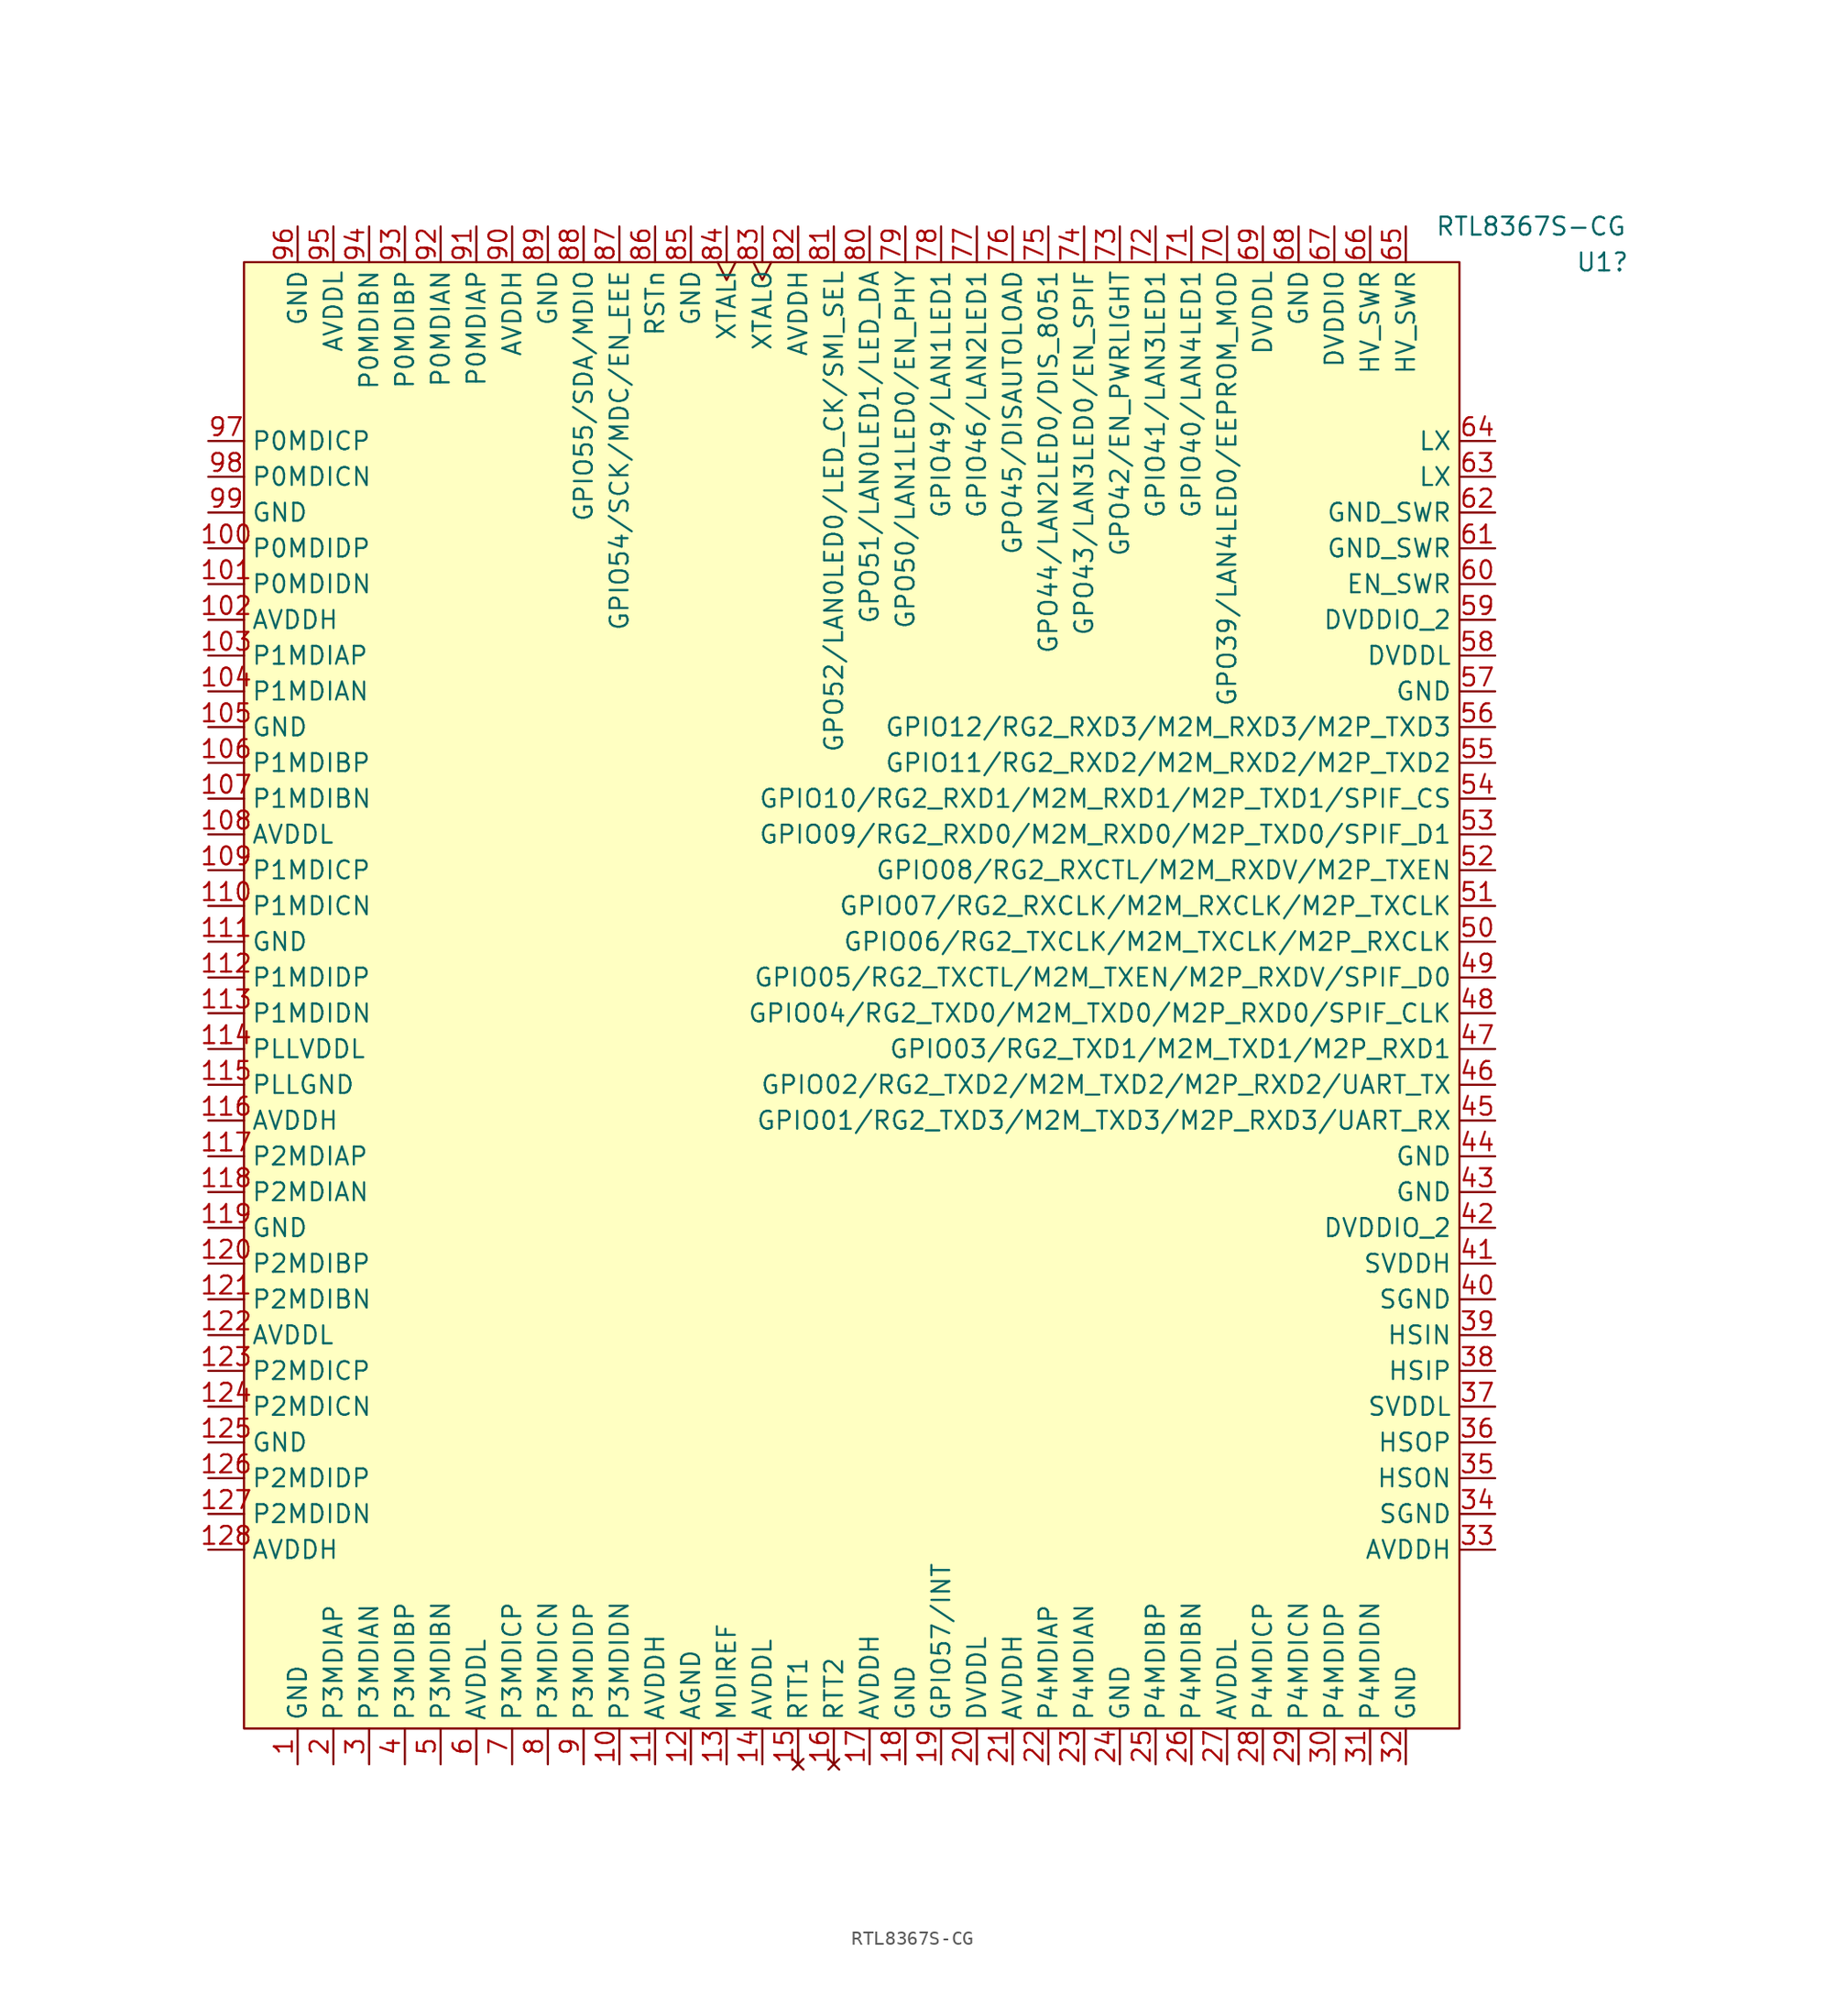
<source format=kicad_sym>
(kicad_symbol_lib
  (version 20220914)
  (generator kicad_symbol_editor)
  (symbol "RTL8367S-CG"
    (property "Reference" "U1"
      (at 110.49 8.89 0)
      (effects (font (size 1.27 1.27))))
    (property "Value" "RTL8367S-CG"
      (at 105.41 11.43 0)
      (effects (font (size 1.27 1.27))))
    (symbol "RTL8367S-CG_0_0"
      (pin power_in line (at 17.78 -97.79 90) (length 2.54) (name "GND" (effects (font (size 1.27 1.27)))) (number "1" (effects (font (size 1.27 1.27)))))
      (pin bidirectional line (at 40.64 -97.79 90) (length 2.54) (name "P3MDIDN" (effects (font (size 1.27 1.27)))) (number "10" (effects (font (size 1.27 1.27)))))
      (pin bidirectional line (at 11.43 -11.43 0) (length 2.54) (name "P0MDIDP" (effects (font (size 1.27 1.27)))) (number "100" (effects (font (size 1.27 1.27)))))
      (pin bidirectional line (at 11.43 -13.97 0) (length 2.54) (name "P0MDIDN" (effects (font (size 1.27 1.27)))) (number "101" (effects (font (size 1.27 1.27)))))
      (pin power_in line (at 11.43 -16.51 0) (length 2.54) (name "AVDDH" (effects (font (size 1.27 1.27)))) (number "102" (effects (font (size 1.27 1.27)))))
      (pin bidirectional line (at 11.43 -19.05 0) (length 2.54) (name "P1MDIAP" (effects (font (size 1.27 1.27)))) (number "103" (effects (font (size 1.27 1.27)))))
      (pin bidirectional line (at 11.43 -21.59 0) (length 2.54) (name "P1MDIAN" (effects (font (size 1.27 1.27)))) (number "104" (effects (font (size 1.27 1.27)))))
      (pin power_in line (at 11.43 -24.13 0) (length 2.54) (name "GND" (effects (font (size 1.27 1.27)))) (number "105" (effects (font (size 1.27 1.27)))))
      (pin bidirectional line (at 11.43 -26.67 0) (length 2.54) (name "P1MDIBP" (effects (font (size 1.27 1.27)))) (number "106" (effects (font (size 1.27 1.27)))))
      (pin bidirectional line (at 11.43 -29.21 0) (length 2.54) (name "P1MDIBN" (effects (font (size 1.27 1.27)))) (number "107" (effects (font (size 1.27 1.27)))))
      (pin power_in line (at 11.43 -31.75 0) (length 2.54) (name "AVDDL" (effects (font (size 1.27 1.27)))) (number "108" (effects (font (size 1.27 1.27)))))
      (pin bidirectional line (at 11.43 -34.29 0) (length 2.54) (name "P1MDICP" (effects (font (size 1.27 1.27)))) (number "109" (effects (font (size 1.27 1.27)))))
      (pin power_in line (at 43.18 -97.79 90) (length 2.54) (name "AVDDH" (effects (font (size 1.27 1.27)))) (number "11" (effects (font (size 1.27 1.27)))))
      (pin bidirectional line (at 11.43 -36.83 0) (length 2.54) (name "P1MDICN" (effects (font (size 1.27 1.27)))) (number "110" (effects (font (size 1.27 1.27)))))
      (pin power_in line (at 11.43 -39.37 0) (length 2.54) (name "GND" (effects (font (size 1.27 1.27)))) (number "111" (effects (font (size 1.27 1.27)))))
      (pin bidirectional line (at 11.43 -41.91 0) (length 2.54) (name "P1MDIDP" (effects (font (size 1.27 1.27)))) (number "112" (effects (font (size 1.27 1.27)))))
      (pin bidirectional line (at 11.43 -44.45 0) (length 2.54) (name "P1MDIDN" (effects (font (size 1.27 1.27)))) (number "113" (effects (font (size 1.27 1.27)))))
      (pin power_in line (at 11.43 -46.99 0) (length 2.54) (name "PLLVDDL" (effects (font (size 1.27 1.27)))) (number "114" (effects (font (size 1.27 1.27)))))
      (pin power_in line (at 11.43 -49.53 0) (length 2.54) (name "PLLGND" (effects (font (size 1.27 1.27)))) (number "115" (effects (font (size 1.27 1.27)))))
      (pin power_in line (at 11.43 -52.07 0) (length 2.54) (name "AVDDH" (effects (font (size 1.27 1.27)))) (number "116" (effects (font (size 1.27 1.27)))))
      (pin bidirectional line (at 11.43 -54.61 0) (length 2.54) (name "P2MDIAP" (effects (font (size 1.27 1.27)))) (number "117" (effects (font (size 1.27 1.27)))))
      (pin bidirectional line (at 11.43 -57.15 0) (length 2.54) (name "P2MDIAN" (effects (font (size 1.27 1.27)))) (number "118" (effects (font (size 1.27 1.27)))))
      (pin power_in line (at 11.43 -59.69 0) (length 2.54) (name "GND" (effects (font (size 1.27 1.27)))) (number "119" (effects (font (size 1.27 1.27)))))
      (pin power_in line (at 45.72 -97.79 90) (length 2.54) (name "AGND" (effects (font (size 1.27 1.27)))) (number "12" (effects (font (size 1.27 1.27)))))
      (pin bidirectional line (at 11.43 -62.23 0) (length 2.54) (name "P2MDIBP" (effects (font (size 1.27 1.27)))) (number "120" (effects (font (size 1.27 1.27)))))
      (pin bidirectional line (at 11.43 -64.77 0) (length 2.54) (name "P2MDIBN" (effects (font (size 1.27 1.27)))) (number "121" (effects (font (size 1.27 1.27)))))
      (pin power_in line (at 11.43 -67.31 0) (length 2.54) (name "AVDDL" (effects (font (size 1.27 1.27)))) (number "122" (effects (font (size 1.27 1.27)))))
      (pin bidirectional line (at 11.43 -69.85 0) (length 2.54) (name "P2MDICP" (effects (font (size 1.27 1.27)))) (number "123" (effects (font (size 1.27 1.27)))))
      (pin bidirectional line (at 11.43 -72.39 0) (length 2.54) (name "P2MDICN" (effects (font (size 1.27 1.27)))) (number "124" (effects (font (size 1.27 1.27)))))
      (pin power_in line (at 11.43 -74.93 0) (length 2.54) (name "GND" (effects (font (size 1.27 1.27)))) (number "125" (effects (font (size 1.27 1.27)))))
      (pin bidirectional line (at 11.43 -77.47 0) (length 2.54) (name "P2MDIDP" (effects (font (size 1.27 1.27)))) (number "126" (effects (font (size 1.27 1.27)))))
      (pin bidirectional line (at 11.43 -80.01 0) (length 2.54) (name "P2MDIDN" (effects (font (size 1.27 1.27)))) (number "127" (effects (font (size 1.27 1.27)))))
      (pin power_in line (at 11.43 -82.55 0) (length 2.54) (name "AVDDH" (effects (font (size 1.27 1.27)))) (number "128" (effects (font (size 1.27 1.27)))))
      (pin output line (at 48.26 -97.79 90) (length 2.54) (name "MDIREF" (effects (font (size 1.27 1.27)))) (number "13" (effects (font (size 1.27 1.27)))))
      (pin power_in line (at 50.8 -97.79 90) (length 2.54) (name "AVDDL" (effects (font (size 1.27 1.27)))) (number "14" (effects (font (size 1.27 1.27)))))
      (pin no_connect line (at 53.34 -97.79 90) (length 2.54) (name "RTT1" (effects (font (size 1.27 1.27)))) (number "15" (effects (font (size 1.27 1.27)))))
      (pin no_connect line (at 55.88 -97.79 90) (length 2.54) (name "RTT2" (effects (font (size 1.27 1.27)))) (number "16" (effects (font (size 1.27 1.27)))))
      (pin power_in line (at 58.42 -97.79 90) (length 2.54) (name "AVDDH" (effects (font (size 1.27 1.27)))) (number "17" (effects (font (size 1.27 1.27)))))
      (pin power_in line (at 60.96 -97.79 90) (length 2.54) (name "GND" (effects (font (size 1.27 1.27)))) (number "18" (effects (font (size 1.27 1.27)))))
      (pin bidirectional line (at 63.5 -97.79 90) (length 2.54) (name "GPIO57/INT" (effects (font (size 1.27 1.27)))) (number "19" (effects (font (size 1.27 1.27)))))
      (pin bidirectional line (at 20.32 -97.79 90) (length 2.54) (name "P3MDIAP" (effects (font (size 1.27 1.27)))) (number "2" (effects (font (size 1.27 1.27)))))
      (pin power_in line (at 66.04 -97.79 90) (length 2.54) (name "DVDDL" (effects (font (size 1.27 1.27)))) (number "20" (effects (font (size 1.27 1.27)))))
      (pin power_in line (at 68.58 -97.79 90) (length 2.54) (name "AVDDH" (effects (font (size 1.27 1.27)))) (number "21" (effects (font (size 1.27 1.27)))))
      (pin bidirectional line (at 71.12 -97.79 90) (length 2.54) (name "P4MDIAP" (effects (font (size 1.27 1.27)))) (number "22" (effects (font (size 1.27 1.27)))))
      (pin bidirectional line (at 73.66 -97.79 90) (length 2.54) (name "P4MDIAN" (effects (font (size 1.27 1.27)))) (number "23" (effects (font (size 1.27 1.27)))))
      (pin power_in line (at 76.2 -97.79 90) (length 2.54) (name "GND" (effects (font (size 1.27 1.27)))) (number "24" (effects (font (size 1.27 1.27)))))
      (pin bidirectional line (at 78.74 -97.79 90) (length 2.54) (name "P4MDIBP" (effects (font (size 1.27 1.27)))) (number "25" (effects (font (size 1.27 1.27)))))
      (pin bidirectional line (at 81.28 -97.79 90) (length 2.54) (name "P4MDIBN" (effects (font (size 1.27 1.27)))) (number "26" (effects (font (size 1.27 1.27)))))
      (pin power_in line (at 83.82 -97.79 90) (length 2.54) (name "AVDDL" (effects (font (size 1.27 1.27)))) (number "27" (effects (font (size 1.27 1.27)))))
      (pin bidirectional line (at 86.36 -97.79 90) (length 2.54) (name "P4MDICP" (effects (font (size 1.27 1.27)))) (number "28" (effects (font (size 1.27 1.27)))))
      (pin bidirectional line (at 88.9 -97.79 90) (length 2.54) (name "P4MDICN" (effects (font (size 1.27 1.27)))) (number "29" (effects (font (size 1.27 1.27)))))
      (pin bidirectional line (at 22.86 -97.79 90) (length 2.54) (name "P3MDIAN" (effects (font (size 1.27 1.27)))) (number "3" (effects (font (size 1.27 1.27)))))
      (pin bidirectional line (at 91.44 -97.79 90) (length 2.54) (name "P4MDIDP" (effects (font (size 1.27 1.27)))) (number "30" (effects (font (size 1.27 1.27)))))
      (pin bidirectional line (at 93.98 -97.79 90) (length 2.54) (name "P4MDIDN" (effects (font (size 1.27 1.27)))) (number "31" (effects (font (size 1.27 1.27)))))
      (pin power_in line (at 96.52 -97.79 90) (length 2.54) (name "GND" (effects (font (size 1.27 1.27)))) (number "32" (effects (font (size 1.27 1.27)))))
      (pin power_in line (at 102.87 -82.55 180) (length 2.54) (name "AVDDH" (effects (font (size 1.27 1.27)))) (number "33" (effects (font (size 1.27 1.27)))))
      (pin power_in line (at 102.87 -80.01 180) (length 2.54) (name "SGND" (effects (font (size 1.27 1.27)))) (number "34" (effects (font (size 1.27 1.27)))))
      (pin output line (at 102.87 -77.47 180) (length 2.54) (name "HSON" (effects (font (size 1.27 1.27)))) (number "35" (effects (font (size 1.27 1.27)))))
      (pin output line (at 102.87 -74.93 180) (length 2.54) (name "HSOP" (effects (font (size 1.27 1.27)))) (number "36" (effects (font (size 1.27 1.27)))))
      (pin power_in line (at 102.87 -72.39 180) (length 2.54) (name "SVDDL" (effects (font (size 1.27 1.27)))) (number "37" (effects (font (size 1.27 1.27)))))
      (pin input line (at 102.87 -69.85 180) (length 2.54) (name "HSIP" (effects (font (size 1.27 1.27)))) (number "38" (effects (font (size 1.27 1.27)))))
      (pin input line (at 102.87 -67.31 180) (length 2.54) (name "HSIN" (effects (font (size 1.27 1.27)))) (number "39" (effects (font (size 1.27 1.27)))))
      (pin bidirectional line (at 25.4 -97.79 90) (length 2.54) (name "P3MDIBP" (effects (font (size 1.27 1.27)))) (number "4" (effects (font (size 1.27 1.27)))))
      (pin power_in line (at 102.87 -64.77 180) (length 2.54) (name "SGND" (effects (font (size 1.27 1.27)))) (number "40" (effects (font (size 1.27 1.27)))))
      (pin power_in line (at 102.87 -62.23 180) (length 2.54) (name "SVDDH" (effects (font (size 1.27 1.27)))) (number "41" (effects (font (size 1.27 1.27)))))
      (pin power_in line (at 102.87 -59.69 180) (length 2.54) (name "DVDDIO_2" (effects (font (size 1.27 1.27)))) (number "42" (effects (font (size 1.27 1.27)))))
      (pin power_in line (at 102.87 -57.15 180) (length 2.54) (name "GND" (effects (font (size 1.27 1.27)))) (number "43" (effects (font (size 1.27 1.27)))))
      (pin power_in line (at 102.87 -54.61 180) (length 2.54) (name "GND" (effects (font (size 1.27 1.27)))) (number "44" (effects (font (size 1.27 1.27)))))
      (pin bidirectional line (at 102.87 -52.07 180) (length 2.54) (name "GPIO01/RG2_TXD3/M2M_TXD3/M2P_RXD3/UART_RX" (effects (font (size 1.27 1.27)))) (number "45" (effects (font (size 1.27 1.27)))))
      (pin bidirectional line (at 102.87 -49.53 180) (length 2.54) (name "GPIO02/RG2_TXD2/M2M_TXD2/M2P_RXD2/UART_TX" (effects (font (size 1.27 1.27)))) (number "46" (effects (font (size 1.27 1.27)))))
      (pin bidirectional line (at 102.87 -46.99 180) (length 2.54) (name "GPIO03/RG2_TXD1/M2M_TXD1/M2P_RXD1" (effects (font (size 1.27 1.27)))) (number "47" (effects (font (size 1.27 1.27)))))
      (pin bidirectional line (at 102.87 -44.45 180) (length 2.54) (name "GPIO04/RG2_TXD0/M2M_TXD0/M2P_RXD0/SPIF_CLK" (effects (font (size 1.27 1.27)))) (number "48" (effects (font (size 1.27 1.27)))))
      (pin bidirectional line (at 102.87 -41.91 180) (length 2.54) (name "GPIO05/RG2_TXCTL/M2M_TXEN/M2P_RXDV/SPIF_D0" (effects (font (size 1.27 1.27)))) (number "49" (effects (font (size 1.27 1.27)))))
      (pin bidirectional line (at 27.94 -97.79 90) (length 2.54) (name "P3MDIBN" (effects (font (size 1.27 1.27)))) (number "5" (effects (font (size 1.27 1.27)))))
      (pin bidirectional line (at 102.87 -39.37 180) (length 2.54) (name "GPIO06/RG2_TXCLK/M2M_TXCLK/M2P_RXCLK" (effects (font (size 1.27 1.27)))) (number "50" (effects (font (size 1.27 1.27)))))
      (pin bidirectional line (at 102.87 -36.83 180) (length 2.54) (name "GPIO07/RG2_RXCLK/M2M_RXCLK/M2P_TXCLK" (effects (font (size 1.27 1.27)))) (number "51" (effects (font (size 1.27 1.27)))))
      (pin bidirectional line (at 102.87 -34.29 180) (length 2.54) (name "GPIO08/RG2_RXCTL/M2M_RXDV/M2P_TXEN" (effects (font (size 1.27 1.27)))) (number "52" (effects (font (size 1.27 1.27)))))
      (pin bidirectional line (at 102.87 -31.75 180) (length 2.54) (name "GPIO09/RG2_RXD0/M2M_RXD0/M2P_TXD0/SPIF_D1" (effects (font (size 1.27 1.27)))) (number "53" (effects (font (size 1.27 1.27)))))
      (pin bidirectional line (at 102.87 -29.21 180) (length 2.54) (name "GPIO10/RG2_RXD1/M2M_RXD1/M2P_TXD1/SPIF_CS" (effects (font (size 1.27 1.27)))) (number "54" (effects (font (size 1.27 1.27)))))
      (pin bidirectional line (at 102.87 -26.67 180) (length 2.54) (name "GPIO11/RG2_RXD2/M2M_RXD2/M2P_TXD2" (effects (font (size 1.27 1.27)))) (number "55" (effects (font (size 1.27 1.27)))))
      (pin bidirectional line (at 102.87 -24.13 180) (length 2.54) (name "GPIO12/RG2_RXD3/M2M_RXD3/M2P_TXD3" (effects (font (size 1.27 1.27)))) (number "56" (effects (font (size 1.27 1.27)))))
      (pin power_in line (at 102.87 -21.59 180) (length 2.54) (name "GND" (effects (font (size 1.27 1.27)))) (number "57" (effects (font (size 1.27 1.27)))))
      (pin power_in line (at 102.87 -19.05 180) (length 2.54) (name "DVDDL" (effects (font (size 1.27 1.27)))) (number "58" (effects (font (size 1.27 1.27)))))
      (pin power_in line (at 102.87 -16.51 180) (length 2.54) (name "DVDDIO_2" (effects (font (size 1.27 1.27)))) (number "59" (effects (font (size 1.27 1.27)))))
      (pin power_in line (at 30.48 -97.79 90) (length 2.54) (name "AVDDL" (effects (font (size 1.27 1.27)))) (number "6" (effects (font (size 1.27 1.27)))))
      (pin input line (at 102.87 -13.97 180) (length 2.54) (name "EN_SWR" (effects (font (size 1.27 1.27)))) (number "60" (effects (font (size 1.27 1.27)))))
      (pin power_in line (at 102.87 -11.43 180) (length 2.54) (name "GND_SWR" (effects (font (size 1.27 1.27)))) (number "61" (effects (font (size 1.27 1.27)))))
      (pin power_in line (at 102.87 -8.89 180) (length 2.54) (name "GND_SWR" (effects (font (size 1.27 1.27)))) (number "62" (effects (font (size 1.27 1.27)))))
      (pin power_out line (at 102.87 -6.35 180) (length 2.54) (name "LX" (effects (font (size 1.27 1.27)))) (number "63" (effects (font (size 1.27 1.27)))))
      (pin power_out line (at 102.87 -3.81 180) (length 2.54) (name "LX" (effects (font (size 1.27 1.27)))) (number "64" (effects (font (size 1.27 1.27)))))
      (pin power_in line (at 96.52 11.43 270) (length 2.54) (name "HV_SWR" (effects (font (size 1.27 1.27)))) (number "65" (effects (font (size 1.27 1.27)))))
      (pin power_in line (at 93.98 11.43 270) (length 2.54) (name "HV_SWR" (effects (font (size 1.27 1.27)))) (number "66" (effects (font (size 1.27 1.27)))))
      (pin power_in line (at 91.44 11.43 270) (length 2.54) (name "DVDDIO" (effects (font (size 1.27 1.27)))) (number "67" (effects (font (size 1.27 1.27)))))
      (pin power_in line (at 88.9 11.43 270) (length 2.54) (name "GND" (effects (font (size 1.27 1.27)))) (number "68" (effects (font (size 1.27 1.27)))))
      (pin power_in line (at 86.36 11.43 270) (length 2.54) (name "DVDDL" (effects (font (size 1.27 1.27)))) (number "69" (effects (font (size 1.27 1.27)))))
      (pin bidirectional line (at 33.02 -97.79 90) (length 2.54) (name "P3MDICP" (effects (font (size 1.27 1.27)))) (number "7" (effects (font (size 1.27 1.27)))))
      (pin bidirectional line (at 83.82 11.43 270) (length 2.54) (name "GPO39/LAN4LED0/EEPROM_MOD" (effects (font (size 1.27 1.27)))) (number "70" (effects (font (size 1.27 1.27)))))
      (pin bidirectional line (at 81.28 11.43 270) (length 2.54) (name "GPIO40/LAN4LED1" (effects (font (size 1.27 1.27)))) (number "71" (effects (font (size 1.27 1.27)))))
      (pin bidirectional line (at 78.74 11.43 270) (length 2.54) (name "GPIO41/LAN3LED1" (effects (font (size 1.27 1.27)))) (number "72" (effects (font (size 1.27 1.27)))))
      (pin bidirectional line (at 76.2 11.43 270) (length 2.54) (name "GPO42/EN_PWRLIGHT" (effects (font (size 1.27 1.27)))) (number "73" (effects (font (size 1.27 1.27)))))
      (pin bidirectional line (at 73.66 11.43 270) (length 2.54) (name "GPO43/LAN3LED0/EN_SPIF" (effects (font (size 1.27 1.27)))) (number "74" (effects (font (size 1.27 1.27)))))
      (pin bidirectional line (at 71.12 11.43 270) (length 2.54) (name "GPO44/LAN2LED0/DIS_8051" (effects (font (size 1.27 1.27)))) (number "75" (effects (font (size 1.27 1.27)))))
      (pin bidirectional line (at 68.58 11.43 270) (length 2.54) (name "GPO45/DISAUTOLOAD" (effects (font (size 1.27 1.27)))) (number "76" (effects (font (size 1.27 1.27)))))
      (pin bidirectional line (at 66.04 11.43 270) (length 2.54) (name "GPIO46/LAN2LED1" (effects (font (size 1.27 1.27)))) (number "77" (effects (font (size 1.27 1.27)))))
      (pin bidirectional line (at 63.5 11.43 270) (length 2.54) (name "GPIO49/LAN1LED1" (effects (font (size 1.27 1.27)))) (number "78" (effects (font (size 1.27 1.27)))))
      (pin bidirectional line (at 60.96 11.43 270) (length 2.54) (name "GPO50/LAN1LED0/EN_PHY" (effects (font (size 1.27 1.27)))) (number "79" (effects (font (size 1.27 1.27)))))
      (pin bidirectional line (at 35.56 -97.79 90) (length 2.54) (name "P3MDICN" (effects (font (size 1.27 1.27)))) (number "8" (effects (font (size 1.27 1.27)))))
      (pin bidirectional line (at 58.42 11.43 270) (length 2.54) (name "GPO51/LAN0LED1/LED_DA" (effects (font (size 1.27 1.27)))) (number "80" (effects (font (size 1.27 1.27)))))
      (pin bidirectional line (at 55.88 11.43 270) (length 2.54) (name "GPO52/LAN0LED0/LED_CK/SMI_SEL" (effects (font (size 1.27 1.27)))) (number "81" (effects (font (size 1.27 1.27)))))
      (pin power_in line (at 53.34 11.43 270) (length 2.54) (name "AVDDH" (effects (font (size 1.27 1.27)))) (number "82" (effects (font (size 1.27 1.27)))))
      (pin output clock (at 50.8 11.43 270) (length 2.54) (name "XTALO" (effects (font (size 1.27 1.27)))) (number "83" (effects (font (size 1.27 1.27)))))
      (pin input clock (at 48.26 11.43 270) (length 2.54) (name "XTALI" (effects (font (size 1.27 1.27)))) (number "84" (effects (font (size 1.27 1.27)))))
      (pin bidirectional line (at 45.72 11.43 270) (length 2.54) (name "GND" (effects (font (size 1.27 1.27)))) (number "85" (effects (font (size 1.27 1.27)))))
      (pin input line (at 43.18 11.43 270) (length 2.54) (name "RSTn" (effects (font (size 1.27 1.27)))) (number "86" (effects (font (size 1.27 1.27)))))
      (pin bidirectional line (at 40.64 11.43 270) (length 2.54) (name "GPIO54/SCK/MDC/EN_EEE" (effects (font (size 1.27 1.27)))) (number "87" (effects (font (size 1.27 1.27)))))
      (pin bidirectional line (at 38.1 11.43 270) (length 2.54) (name "GPIO55/SDA/MDIO" (effects (font (size 1.27 1.27)))) (number "88" (effects (font (size 1.27 1.27)))))
      (pin power_in line (at 35.56 11.43 270) (length 2.54) (name "GND" (effects (font (size 1.27 1.27)))) (number "89" (effects (font (size 1.27 1.27)))))
      (pin bidirectional line (at 38.1 -97.79 90) (length 2.54) (name "P3MDIDP" (effects (font (size 1.27 1.27)))) (number "9" (effects (font (size 1.27 1.27)))))
      (pin power_in line (at 33.02 11.43 270) (length 2.54) (name "AVDDH" (effects (font (size 1.27 1.27)))) (number "90" (effects (font (size 1.27 1.27)))))
      (pin bidirectional line (at 30.48 11.43 270) (length 2.54) (name "P0MDIAP" (effects (font (size 1.27 1.27)))) (number "91" (effects (font (size 1.27 1.27)))))
      (pin bidirectional line (at 27.94 11.43 270) (length 2.54) (name "P0MDIAN" (effects (font (size 1.27 1.27)))) (number "92" (effects (font (size 1.27 1.27)))))
      (pin bidirectional line (at 25.4 11.43 270) (length 2.54) (name "P0MDIBP" (effects (font (size 1.27 1.27)))) (number "93" (effects (font (size 1.27 1.27)))))
      (pin bidirectional line (at 22.86 11.43 270) (length 2.54) (name "P0MDIBN" (effects (font (size 1.27 1.27)))) (number "94" (effects (font (size 1.27 1.27)))))
      (pin power_in line (at 20.32 11.43 270) (length 2.54) (name "AVDDL" (effects (font (size 1.27 1.27)))) (number "95" (effects (font (size 1.27 1.27)))))
      (pin power_in line (at 17.78 11.43 270) (length 2.54) (name "GND" (effects (font (size 1.27 1.27)))) (number "96" (effects (font (size 1.27 1.27)))))
      (pin bidirectional line (at 11.43 -3.81 0) (length 2.54) (name "P0MDICP" (effects (font (size 1.27 1.27)))) (number "97" (effects (font (size 1.27 1.27)))))
      (pin bidirectional line (at 11.43 -6.35 0) (length 2.54) (name "P0MDICN" (effects (font (size 1.27 1.27)))) (number "98" (effects (font (size 1.27 1.27)))))
      (pin power_in line (at 11.43 -8.89 0) (length 2.54) (name "GND" (effects (font (size 1.27 1.27)))) (number "99" (effects (font (size 1.27 1.27))))))
    (symbol "RTL8367S-CG_0_1"
      (rectangle (start 13.97 8.89) (end 100.33 -95.25) (stroke (width 0) (type default)) (fill (type background))))))
</source>
